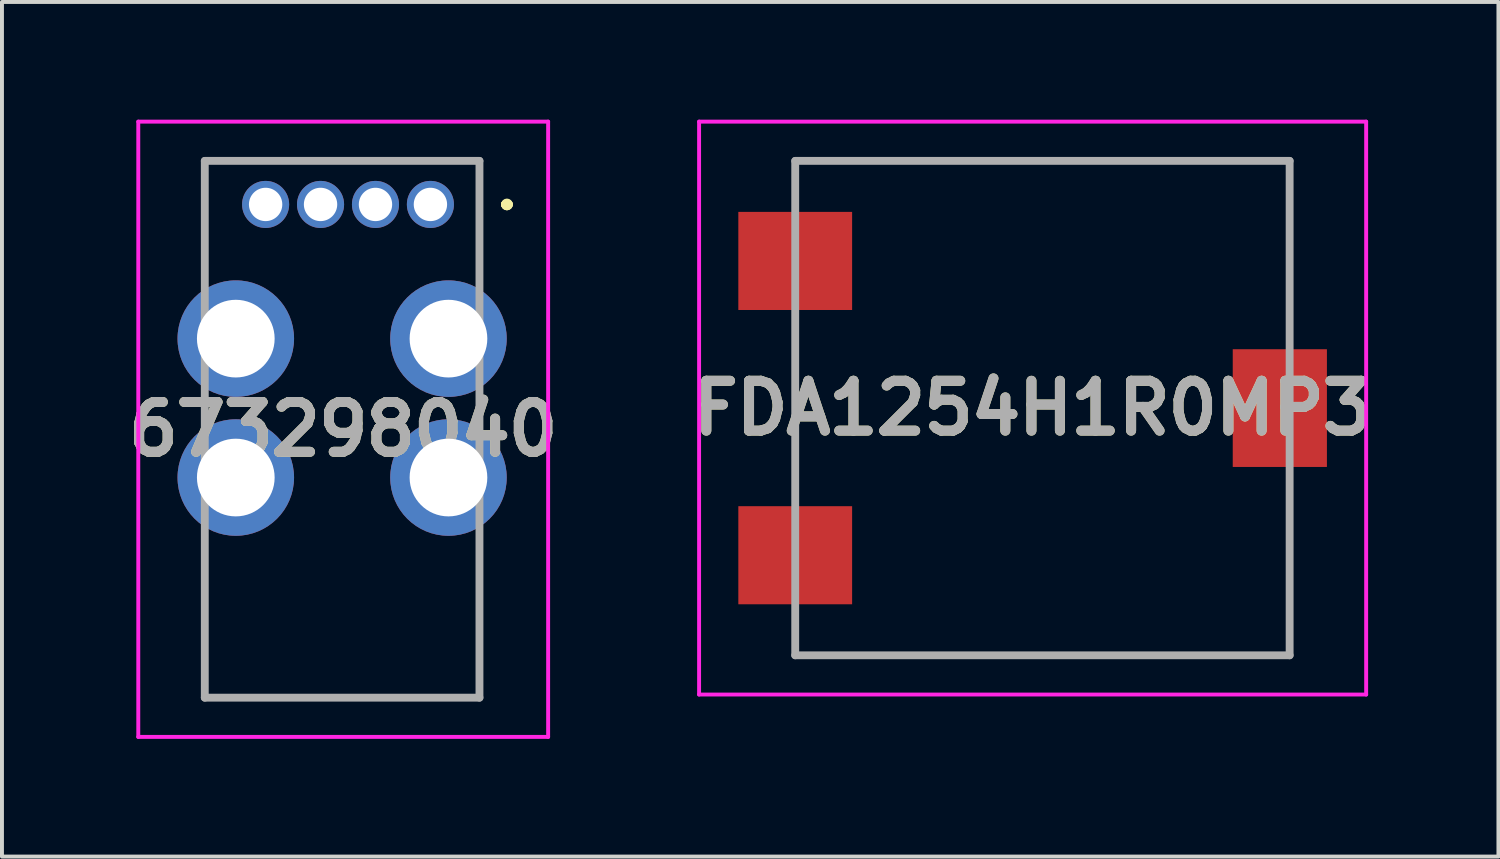
<source format=kicad_pcb>
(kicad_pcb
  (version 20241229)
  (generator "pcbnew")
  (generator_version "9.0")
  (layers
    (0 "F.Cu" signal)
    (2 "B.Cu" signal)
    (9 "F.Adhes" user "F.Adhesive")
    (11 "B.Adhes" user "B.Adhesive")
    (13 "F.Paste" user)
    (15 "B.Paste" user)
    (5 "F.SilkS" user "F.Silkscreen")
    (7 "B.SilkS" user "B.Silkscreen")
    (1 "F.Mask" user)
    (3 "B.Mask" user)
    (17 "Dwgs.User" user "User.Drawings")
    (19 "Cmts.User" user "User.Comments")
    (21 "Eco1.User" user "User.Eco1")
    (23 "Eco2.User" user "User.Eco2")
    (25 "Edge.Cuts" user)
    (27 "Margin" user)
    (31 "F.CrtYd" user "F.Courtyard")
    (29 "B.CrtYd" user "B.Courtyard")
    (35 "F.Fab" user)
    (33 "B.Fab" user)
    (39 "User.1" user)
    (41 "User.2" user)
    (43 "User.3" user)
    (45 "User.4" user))
  (footprint "673298040"
    (layer "F.Cu")
    (at 7.919 2.16)
    (property "Reference" "673298040" (at -2.222 5.73 0) (layer "F.SilkS") (effects (font (size 1.27 1.27) (thickness 0.254))))
    (attr through_hole)
    (fp_line (start -5.75 -1.11) (end -5.75 -1.11) (stroke (width 0.1) (type solid)) (layer "F.SilkS"))
    (fp_line (start -5.75 -1.11) (end -5.75 -1.11) (stroke (width 0.1) (type solid)) (layer "F.SilkS"))
    (fp_line (start -5.75 -1.11) (end -5.75 1.5) (stroke (width 0.1) (type solid)) (layer "F.SilkS"))
    (fp_line (start -5.75 -1.11) (end -5.35 -1.11) (stroke (width 0.1) (type solid)) (layer "F.SilkS"))
    (fp_line (start -5.75 1.5) (end -5.75 -1.11) (stroke (width 0.1) (type solid)) (layer "F.SilkS"))
    (fp_line (start -5.75 1.5) (end -5.75 1.5) (stroke (width 0.1) (type solid)) (layer "F.SilkS"))
    (fp_line (start -5.75 9) (end -5.75 9) (stroke (width 0.1) (type solid)) (layer "F.SilkS"))
    (fp_line (start -5.75 9) (end -5.75 12.57) (stroke (width 0.1) (type solid)) (layer "F.SilkS"))
    (fp_line (start -5.75 12.57) (end -5.75 9) (stroke (width 0.1) (type solid)) (layer "F.SilkS"))
    (fp_line (start -5.75 12.57) (end -5.75 12.57) (stroke (width 0.1) (type solid)) (layer "F.SilkS"))
    (fp_line (start -5.75 12.57) (end -5.75 12.57) (stroke (width 0.1) (type solid)) (layer "F.SilkS"))
    (fp_line (start -5.75 12.57) (end 1.25 12.57) (stroke (width 0.1) (type solid)) (layer "F.SilkS"))
    (fp_line (start -5.35 -1.11) (end -5.75 -1.11) (stroke (width 0.1) (type solid)) (layer "F.SilkS"))
    (fp_line (start -5.35 -1.11) (end -5.35 -1.11) (stroke (width 0.1) (type solid)) (layer "F.SilkS"))
    (fp_line (start 0.9 -1.11) (end 0.9 -1.11) (stroke (width 0.1) (type solid)) (layer "F.SilkS"))
    (fp_line (start 0.9 -1.11) (end 1.25 -1.11) (stroke (width 0.1) (type solid)) (layer "F.SilkS"))
    (fp_line (start 1.25 -1.11) (end 0.9 -1.11) (stroke (width 0.1) (type solid)) (layer "F.SilkS"))
    (fp_line (start 1.25 -1.11) (end 1.25 -1.11) (stroke (width 0.1) (type solid)) (layer "F.SilkS"))
    (fp_line (start 1.25 -1.11) (end 1.25 -1.11) (stroke (width 0.1) (type solid)) (layer "F.SilkS"))
    (fp_line (start 1.25 -1.11) (end 1.25 1.5) (stroke (width 0.1) (type solid)) (layer "F.SilkS"))
    (fp_line (start 1.25 1.5) (end 1.25 -1.11) (stroke (width 0.1) (type solid)) (layer "F.SilkS"))
    (fp_line (start 1.25 1.5) (end 1.25 1.5) (stroke (width 0.1) (type solid)) (layer "F.SilkS"))
    (fp_line (start 1.25 9) (end 1.25 9) (stroke (width 0.1) (type solid)) (layer "F.SilkS"))
    (fp_line (start 1.25 9) (end 1.25 12.57) (stroke (width 0.1) (type solid)) (layer "F.SilkS"))
    (fp_line (start 1.25 12.57) (end -5.75 12.57) (stroke (width 0.1) (type solid)) (layer "F.SilkS"))
    (fp_line (start 1.25 12.57) (end 1.25 9) (stroke (width 0.1) (type solid)) (layer "F.SilkS"))
    (fp_line (start 1.25 12.57) (end 1.25 12.57) (stroke (width 0.1) (type solid)) (layer "F.SilkS"))
    (fp_line (start 1.25 12.57) (end 1.25 12.57) (stroke (width 0.1) (type solid)) (layer "F.SilkS"))
    (fp_line (start 1.9 0) (end 1.9 0) (stroke (width 0.2) (type solid)) (layer "F.SilkS"))
    (fp_line (start 1.9 0) (end 1.9 0) (stroke (width 0.2) (type solid)) (layer "F.SilkS"))
    (fp_line (start 2 0) (end 2 0) (stroke (width 0.2) (type solid)) (layer "F.SilkS"))
    (fp_arc (start 1.9 0) (mid 1.95 -0.05) (end 2 0) (stroke (width 0.2) (type solid)) (layer "F.SilkS"))
    (fp_arc (start 2 0) (mid 1.95 0.05) (end 1.9 0) (stroke (width 0.2) (type solid)) (layer "F.SilkS"))
    (fp_arc (start 2 0) (mid 1.95 0.05) (end 1.9 0) (stroke (width 0.2) (type solid)) (layer "F.SilkS"))
    (fp_line (start -7.445 -2.11) (end 3 -2.11) (stroke (width 0.1) (type solid)) (layer "F.CrtYd"))
    (fp_line (start -7.445 13.57) (end -7.445 -2.11) (stroke (width 0.1) (type solid)) (layer "F.CrtYd"))
    (fp_line (start 3 -2.11) (end 3 13.57) (stroke (width 0.1) (type solid)) (layer "F.CrtYd"))
    (fp_line (start 3 13.57) (end -7.445 13.57) (stroke (width 0.1) (type solid)) (layer "F.CrtYd"))
    (fp_line (start -5.75 -1.11) (end -5.75 12.57) (stroke (width 0.2) (type solid)) (layer "F.Fab"))
    (fp_line (start -5.75 12.57) (end 1.25 12.57) (stroke (width 0.2) (type solid)) (layer "F.Fab"))
    (fp_line (start 1.25 -1.11) (end -5.75 -1.11) (stroke (width 0.2) (type solid)) (layer "F.Fab"))
    (fp_line (start 1.25 12.57) (end 1.25 -1.11) (stroke (width 0.2) (type solid)) (layer "F.Fab"))
    (fp_text user "${REFERENCE}" (at -2.222 5.73 0) (layer "F.Fab") (effects (font (size 1.27 1.27) (thickness 0.254))))
    (pad "1" thru_hole circle (at 0 0) (size 1.2 1.2) (drill 0.85) (layers "*.Cu" "*.Mask"))
    (pad "2" thru_hole circle (at -1.4 0) (size 1.2 1.2) (drill 0.85) (layers "*.Cu" "*.Mask"))
    (pad "3" thru_hole circle (at -2.8 0) (size 1.2 1.2) (drill 0.85) (layers "*.Cu" "*.Mask"))
    (pad "4" thru_hole circle (at -4.2 0) (size 1.2 1.2) (drill 0.85) (layers "*.Cu" "*.Mask"))
    (pad "MH1" thru_hole circle (at 0.46 3.42) (size 2.97 2.97) (drill 1.98) (layers "*.Cu" "*.Mask"))
    (pad "MH2" thru_hole circle (at -4.96 3.42) (size 2.97 2.97) (drill 1.98) (layers "*.Cu" "*.Mask"))
    (pad "MH3" thru_hole circle (at -4.96 6.96) (size 2.97 2.97) (drill 1.98) (layers "*.Cu" "*.Mask"))
    (pad "MH4" thru_hole circle (at 0.46 6.96) (size 2.97 2.97) (drill 1.98) (layers "*.Cu" "*.Mask")))
  (footprint "FDA1254H1R0MP3"
    (layer "F.Cu")
    (at 23.516 7.35)
    (property "Reference" "FDA1254H1R0MP3" (at -0.25 0 0) (layer "F.SilkS") (effects (font (size 1.27 1.27) (thickness 0.254))))
    (attr smd)
    (fp_line (start -6.3 -6.3) (end 6.3 -6.3) (stroke (width 0.1) (type solid)) (layer "F.SilkS"))
    (fp_line (start -6.3 -5.4) (end -6.3 -6.3) (stroke (width 0.1) (type solid)) (layer "F.SilkS"))
    (fp_line (start -6.3 -2.1) (end -6.3 2.1) (stroke (width 0.1) (type solid)) (layer "F.SilkS"))
    (fp_line (start -6.3 5.4) (end -6.3 6.3) (stroke (width 0.1) (type solid)) (layer "F.SilkS"))
    (fp_line (start -6.3 6.3) (end 6.3 6.3) (stroke (width 0.1) (type solid)) (layer "F.SilkS"))
    (fp_line (start 6.3 -6.3) (end 6.3 -1.8) (stroke (width 0.1) (type solid)) (layer "F.SilkS"))
    (fp_line (start 6.3 6.3) (end 6.3 1.8) (stroke (width 0.1) (type solid)) (layer "F.SilkS"))
    (fp_line (start -8.75 -7.3) (end 8.25 -7.3) (stroke (width 0.1) (type solid)) (layer "F.CrtYd"))
    (fp_line (start -8.75 7.3) (end -8.75 -7.3) (stroke (width 0.1) (type solid)) (layer "F.CrtYd"))
    (fp_line (start 8.25 -7.3) (end 8.25 7.3) (stroke (width 0.1) (type solid)) (layer "F.CrtYd"))
    (fp_line (start 8.25 7.3) (end -8.75 7.3) (stroke (width 0.1) (type solid)) (layer "F.CrtYd"))
    (fp_line (start -6.3 -6.3) (end 6.3 -6.3) (stroke (width 0.2) (type solid)) (layer "F.Fab"))
    (fp_line (start -6.3 6.3) (end -6.3 -6.3) (stroke (width 0.2) (type solid)) (layer "F.Fab"))
    (fp_line (start 6.3 -6.3) (end 6.3 6.3) (stroke (width 0.2) (type solid)) (layer "F.Fab"))
    (fp_line (start 6.3 6.3) (end -6.3 6.3) (stroke (width 0.2) (type solid)) (layer "F.Fab"))
    (fp_text user "${REFERENCE}" (at -0.25 0 0) (layer "F.Fab") (effects (font (size 1.27 1.27) (thickness 0.254))))
    (pad "1" smd rect (at -6.3 -3.75 90) (size 2.5 2.9) (layers "F.Cu" "F.Mask" "F.Paste"))
    (pad "2" smd rect (at -6.3 3.75 90) (size 2.5 2.9) (layers "F.Cu" "F.Mask" "F.Paste"))
    (pad "3" smd rect (at 6.05 0) (size 2.4 3) (layers "F.Cu" "F.Mask" "F.Paste")))
  (gr_rect
    (start -3 -3)
    (end 35.137 18.78)
    (stroke (width 0.1) (type default))
    (fill no)
    (layer "Edge.Cuts")))
</source>
